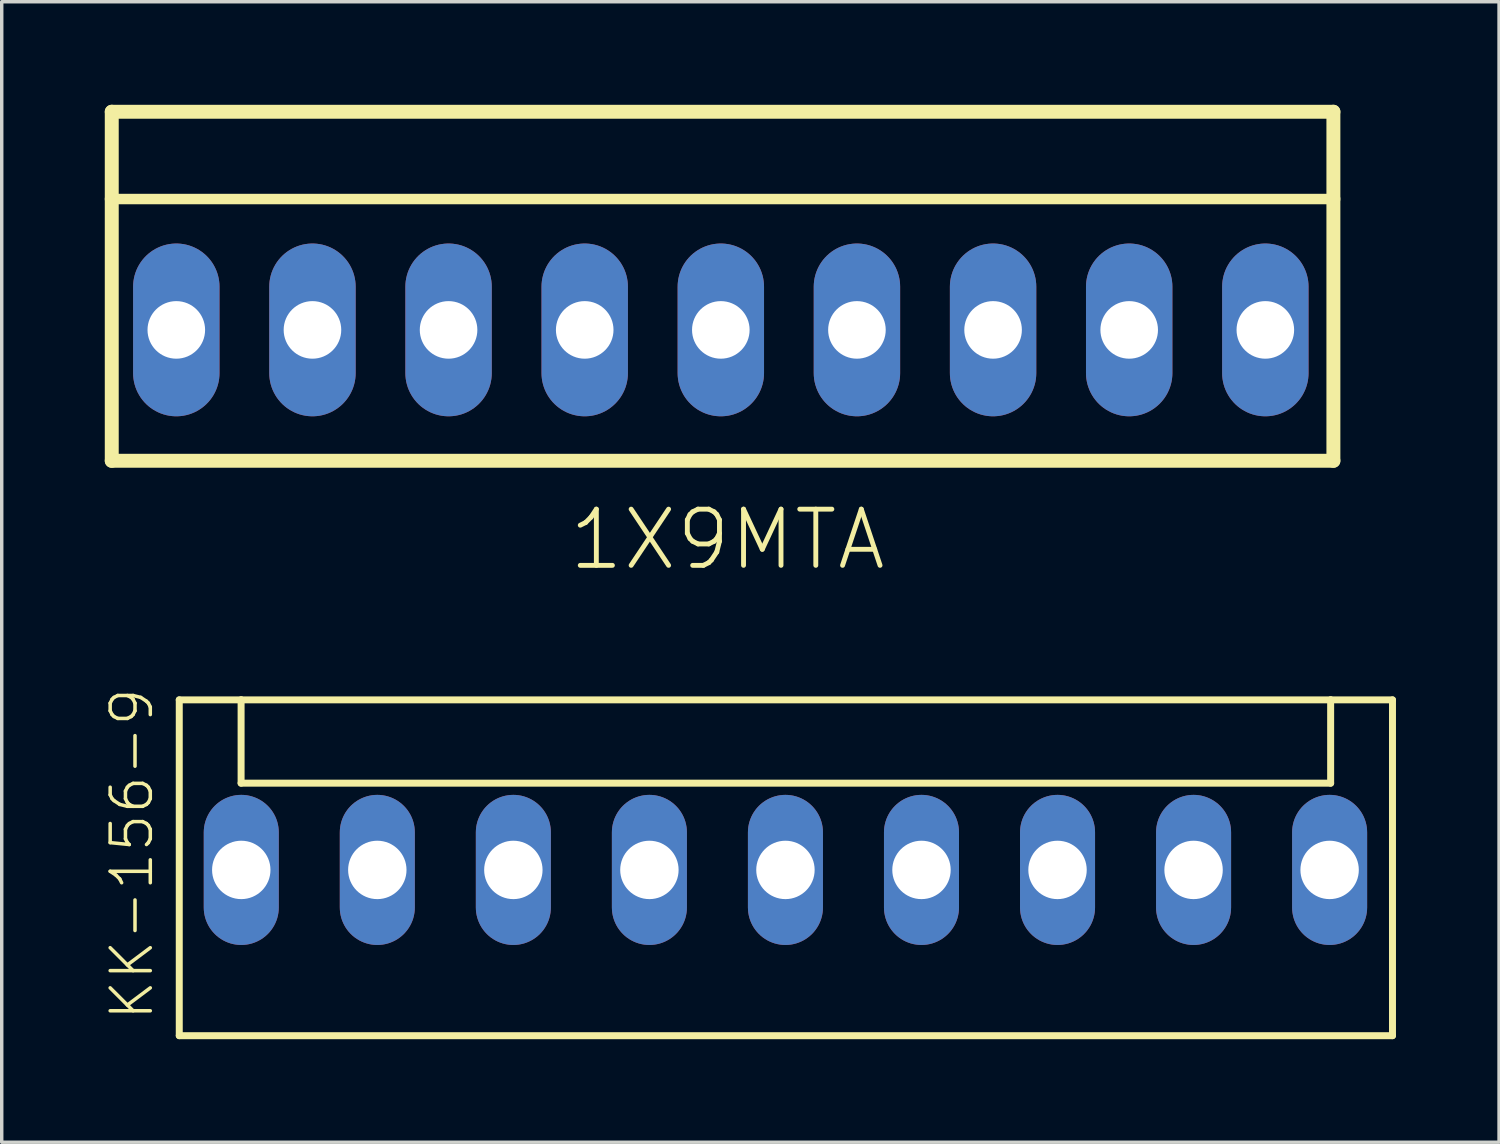
<source format=kicad_pcb>
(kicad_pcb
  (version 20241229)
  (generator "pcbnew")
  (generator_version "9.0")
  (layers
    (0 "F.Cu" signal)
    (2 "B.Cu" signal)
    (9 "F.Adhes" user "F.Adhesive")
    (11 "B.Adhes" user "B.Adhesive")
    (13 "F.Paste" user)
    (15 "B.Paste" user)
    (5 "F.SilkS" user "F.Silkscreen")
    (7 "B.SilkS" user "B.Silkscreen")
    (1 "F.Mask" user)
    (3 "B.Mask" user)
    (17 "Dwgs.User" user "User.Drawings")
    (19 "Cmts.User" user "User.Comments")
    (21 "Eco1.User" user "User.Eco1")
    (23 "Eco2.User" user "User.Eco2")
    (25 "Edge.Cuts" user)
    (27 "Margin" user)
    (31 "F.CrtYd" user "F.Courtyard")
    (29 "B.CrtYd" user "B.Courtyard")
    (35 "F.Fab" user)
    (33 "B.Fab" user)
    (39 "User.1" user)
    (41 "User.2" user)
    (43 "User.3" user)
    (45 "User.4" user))
  (footprint "1X9MTA"
    (layer "F.Cu")
    (at 17.932 6.553)
    (property "Reference" "1X9MTA" (at -4.496 7.061 0) (unlocked yes) (layer "F.SilkS") (effects (font (size 1.636 1.636) (thickness 0.142)) (justify left bottom)))
    (fp_line (start -17.729 -6.35) (end 17.831 -6.35) (stroke (width 0.406) (type solid)) (layer "F.SilkS"))
    (fp_line (start -17.729 -3.81) (end -17.729 -6.35) (stroke (width 0.406) (type solid)) (layer "F.SilkS"))
    (fp_line (start -17.729 -3.81) (end 17.831 -3.81) (stroke (width 0.305) (type solid)) (layer "F.SilkS"))
    (fp_line (start -17.729 3.81) (end -17.729 -3.81) (stroke (width 0.406) (type solid)) (layer "F.SilkS"))
    (fp_line (start -17.729 3.81) (end 17.831 3.81) (stroke (width 0.406) (type solid)) (layer "F.SilkS"))
    (fp_line (start 17.831 -6.35) (end 17.831 -3.81) (stroke (width 0.406) (type solid)) (layer "F.SilkS"))
    (fp_line (start 17.831 -3.81) (end 17.831 3.81) (stroke (width 0.406) (type solid)) (layer "F.SilkS"))
    (fp_poly (pts (xy -16.358 0.508) (xy -15.342 0.508) (xy -15.342 -0.508) (xy -16.358 -0.508)) (stroke (width 0) (type default)) (fill yes) (layer "F.SilkS"))
    (fp_poly (pts (xy -12.395 0.508) (xy -11.379 0.508) (xy -11.379 -0.508) (xy -12.395 -0.508)) (stroke (width 0) (type default)) (fill yes) (layer "F.SilkS"))
    (fp_poly (pts (xy -8.433 0.508) (xy -7.417 0.508) (xy -7.417 -0.508) (xy -8.433 -0.508)) (stroke (width 0) (type default)) (fill yes) (layer "F.SilkS"))
    (fp_poly (pts (xy -4.47 0.508) (xy -3.454 0.508) (xy -3.454 -0.508) (xy -4.47 -0.508)) (stroke (width 0) (type default)) (fill yes) (layer "F.SilkS"))
    (fp_poly (pts (xy -0.508 0.508) (xy 0.508 0.508) (xy 0.508 -0.508) (xy -0.508 -0.508)) (stroke (width 0) (type default)) (fill yes) (layer "F.SilkS"))
    (fp_poly (pts (xy 3.454 0.508) (xy 4.47 0.508) (xy 4.47 -0.508) (xy 3.454 -0.508)) (stroke (width 0) (type default)) (fill yes) (layer "F.SilkS"))
    (fp_poly (pts (xy 7.417 0.508) (xy 8.433 0.508) (xy 8.433 -0.508) (xy 7.417 -0.508)) (stroke (width 0) (type default)) (fill yes) (layer "F.SilkS"))
    (fp_poly (pts (xy 11.379 0.508) (xy 12.395 0.508) (xy 12.395 -0.508) (xy 11.379 -0.508)) (stroke (width 0) (type default)) (fill yes) (layer "F.SilkS"))
    (fp_poly (pts (xy 15.342 0.508) (xy 16.358 0.508) (xy 16.358 -0.508) (xy 15.342 -0.508)) (stroke (width 0) (type default)) (fill yes) (layer "F.SilkS"))
    (pad "1" thru_hole oval (at 15.85 0 90) (size 5.029 2.515) (drill 1.676) (layers "*.Cu" "*.Mask"))
    (pad "2" thru_hole oval (at 11.887 0 90) (size 5.029 2.515) (drill 1.676) (layers "*.Cu" "*.Mask"))
    (pad "3" thru_hole oval (at 7.925 0 90) (size 5.029 2.515) (drill 1.676) (layers "*.Cu" "*.Mask"))
    (pad "4" thru_hole oval (at 3.962 0 90) (size 5.029 2.515) (drill 1.676) (layers "*.Cu" "*.Mask"))
    (pad "5" thru_hole oval (at 0 0 90) (size 5.029 2.515) (drill 1.676) (layers "*.Cu" "*.Mask"))
    (pad "6" thru_hole oval (at -3.962 0 90) (size 5.029 2.515) (drill 1.676) (layers "*.Cu" "*.Mask"))
    (pad "7" thru_hole oval (at -7.925 0 90) (size 5.029 2.515) (drill 1.676) (layers "*.Cu" "*.Mask"))
    (pad "8" thru_hole oval (at -11.887 0 90) (size 5.029 2.515) (drill 1.676) (layers "*.Cu" "*.Mask"))
    (pad "9" thru_hole oval (at -15.85 0 90) (size 5.029 2.515) (drill 1.676) (layers "*.Cu" "*.Mask")))
  (footprint "KK-156-9"
    (layer "F.Cu")
    (at 19.813 22.272)
    (property "Reference" "KK-156-9" (at -18.34 4.445 90) (unlocked yes) (layer "F.SilkS") (effects (font (size 1.168 1.168) (thickness 0.102)) (justify left bottom)))
    (fp_line (start -17.645 -4.95) (end -17.645 4.825) (stroke (width 0.203) (type solid)) (layer "F.SilkS"))
    (fp_line (start -17.645 4.825) (end 17.67 4.825) (stroke (width 0.203) (type solid)) (layer "F.SilkS"))
    (fp_line (start -15.845 -4.95) (end -17.645 -4.95) (stroke (width 0.203) (type solid)) (layer "F.SilkS"))
    (fp_line (start -15.845 -2.525) (end -15.845 -4.95) (stroke (width 0.203) (type solid)) (layer "F.SilkS"))
    (fp_line (start -15.845 -2.525) (end 15.87 -2.525) (stroke (width 0.203) (type solid)) (layer "F.SilkS"))
    (fp_line (start 15.87 -4.95) (end -15.845 -4.95) (stroke (width 0.203) (type solid)) (layer "F.SilkS"))
    (fp_line (start 15.87 -2.525) (end 15.87 -4.95) (stroke (width 0.203) (type solid)) (layer "F.SilkS"))
    (fp_line (start 17.67 -4.95) (end 15.87 -4.95) (stroke (width 0.203) (type solid)) (layer "F.SilkS"))
    (fp_line (start 17.67 4.825) (end 17.67 -4.95) (stroke (width 0.203) (type solid)) (layer "F.SilkS"))
    (pad "1" thru_hole oval (at -15.84 0 90) (size 4.369 2.184) (drill 1.7) (layers "*.Cu" "*.Mask"))
    (pad "2" thru_hole oval (at -11.88 0 90) (size 4.369 2.184) (drill 1.7) (layers "*.Cu" "*.Mask"))
    (pad "3" thru_hole oval (at -7.92 0 90) (size 4.369 2.184) (drill 1.7) (layers "*.Cu" "*.Mask"))
    (pad "4" thru_hole oval (at -3.96 0 90) (size 4.369 2.184) (drill 1.7) (layers "*.Cu" "*.Mask"))
    (pad "5" thru_hole oval (at 0 0 90) (size 4.369 2.184) (drill 1.7) (layers "*.Cu" "*.Mask"))
    (pad "6" thru_hole oval (at 3.96 0 90) (size 4.369 2.184) (drill 1.7) (layers "*.Cu" "*.Mask"))
    (pad "7" thru_hole oval (at 7.92 0 90) (size 4.369 2.184) (drill 1.7) (layers "*.Cu" "*.Mask"))
    (pad "8" thru_hole oval (at 11.88 0 90) (size 4.369 2.184) (drill 1.7) (layers "*.Cu" "*.Mask"))
    (pad "9" thru_hole oval (at 15.84 0 90) (size 4.369 2.184) (drill 1.7) (layers "*.Cu" "*.Mask")))
  (gr_rect
    (start -3 -3)
    (end 40.585 30.199)
    (stroke (width 0.1) (type default))
    (fill no)
    (layer "Edge.Cuts")))
</source>
